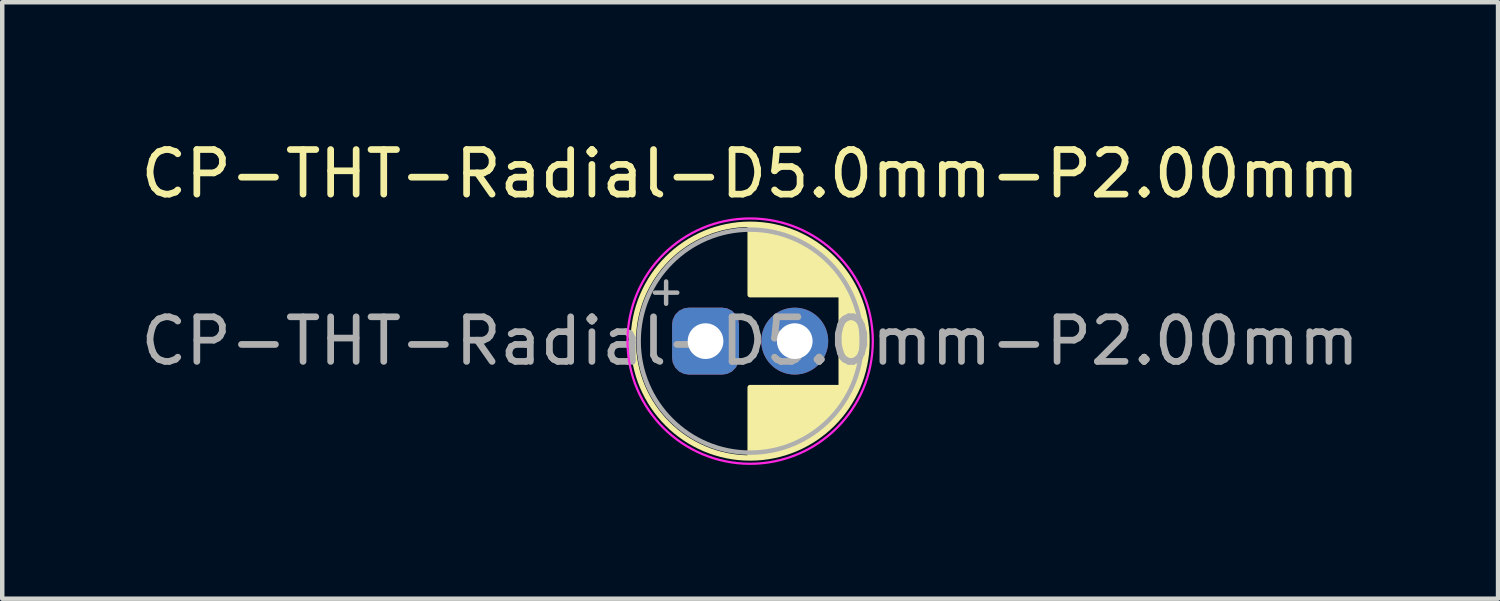
<source format=kicad_pcb>
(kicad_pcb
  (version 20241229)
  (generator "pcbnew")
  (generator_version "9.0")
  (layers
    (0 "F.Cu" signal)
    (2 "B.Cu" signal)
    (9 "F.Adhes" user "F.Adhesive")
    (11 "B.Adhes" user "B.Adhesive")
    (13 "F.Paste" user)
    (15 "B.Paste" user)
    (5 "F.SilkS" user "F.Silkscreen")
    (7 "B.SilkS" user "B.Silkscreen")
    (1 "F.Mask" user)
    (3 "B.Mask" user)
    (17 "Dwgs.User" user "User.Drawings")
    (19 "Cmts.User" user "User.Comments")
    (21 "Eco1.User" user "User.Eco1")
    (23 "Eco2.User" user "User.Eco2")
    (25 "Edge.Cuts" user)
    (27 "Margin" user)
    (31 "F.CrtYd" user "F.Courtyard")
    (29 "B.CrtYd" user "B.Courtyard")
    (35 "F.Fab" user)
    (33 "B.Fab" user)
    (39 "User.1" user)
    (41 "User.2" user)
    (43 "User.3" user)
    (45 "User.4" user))
  (footprint "CP-THT-Radial-D5.0mm-P2.00mm"
    (layer "F.Cu")
    (at 13.768 4.598)
    (property "Reference" "CP-THT-Radial-D5.0mm-P2.00mm" (at 0 -3.75 0) (layer "F.SilkS") (effects (font (size 1 1) (thickness 0.15))))
    (attr through_hole)
    (fp_line (start 0 -2.58) (end 0 -1.04) (stroke (width 0.12) (type solid)) (layer "F.SilkS"))
    (fp_line (start 0 1.04) (end 0 2.58) (stroke (width 0.12) (type solid)) (layer "F.SilkS"))
    (fp_line (start 0.04 -2.58) (end 0.04 -1.04) (stroke (width 0.12) (type solid)) (layer "F.SilkS"))
    (fp_line (start 0.04 1.04) (end 0.04 2.58) (stroke (width 0.12) (type solid)) (layer "F.SilkS"))
    (fp_line (start 0.08 -2.579) (end 0.08 -1.04) (stroke (width 0.12) (type solid)) (layer "F.SilkS"))
    (fp_line (start 0.08 1.04) (end 0.08 2.579) (stroke (width 0.12) (type solid)) (layer "F.SilkS"))
    (fp_line (start 0.12 -2.578) (end 0.12 -1.04) (stroke (width 0.12) (type solid)) (layer "F.SilkS"))
    (fp_line (start 0.12 1.04) (end 0.12 2.578) (stroke (width 0.12) (type solid)) (layer "F.SilkS"))
    (fp_line (start 0.16 -2.576) (end 0.16 -1.04) (stroke (width 0.12) (type solid)) (layer "F.SilkS"))
    (fp_line (start 0.16 1.04) (end 0.16 2.576) (stroke (width 0.12) (type solid)) (layer "F.SilkS"))
    (fp_line (start 0.2 -2.573) (end 0.2 -1.04) (stroke (width 0.12) (type solid)) (layer "F.SilkS"))
    (fp_line (start 0.2 1.04) (end 0.2 2.573) (stroke (width 0.12) (type solid)) (layer "F.SilkS"))
    (fp_line (start 0.24 -2.569) (end 0.24 -1.04) (stroke (width 0.12) (type solid)) (layer "F.SilkS"))
    (fp_line (start 0.24 1.04) (end 0.24 2.569) (stroke (width 0.12) (type solid)) (layer "F.SilkS"))
    (fp_line (start 0.28 -2.565) (end 0.28 -1.04) (stroke (width 0.12) (type solid)) (layer "F.SilkS"))
    (fp_line (start 0.28 1.04) (end 0.28 2.565) (stroke (width 0.12) (type solid)) (layer "F.SilkS"))
    (fp_line (start 0.32 -2.561) (end 0.32 -1.04) (stroke (width 0.12) (type solid)) (layer "F.SilkS"))
    (fp_line (start 0.32 1.04) (end 0.32 2.561) (stroke (width 0.12) (type solid)) (layer "F.SilkS"))
    (fp_line (start 0.36 -2.556) (end 0.36 -1.04) (stroke (width 0.12) (type solid)) (layer "F.SilkS"))
    (fp_line (start 0.36 1.04) (end 0.36 2.556) (stroke (width 0.12) (type solid)) (layer "F.SilkS"))
    (fp_line (start 0.4 -2.55) (end 0.4 -1.04) (stroke (width 0.12) (type solid)) (layer "F.SilkS"))
    (fp_line (start 0.4 1.04) (end 0.4 2.55) (stroke (width 0.12) (type solid)) (layer "F.SilkS"))
    (fp_line (start 0.44 -2.543) (end 0.44 -1.04) (stroke (width 0.12) (type solid)) (layer "F.SilkS"))
    (fp_line (start 0.44 1.04) (end 0.44 2.543) (stroke (width 0.12) (type solid)) (layer "F.SilkS"))
    (fp_line (start 0.48 -2.536) (end 0.48 -1.04) (stroke (width 0.12) (type solid)) (layer "F.SilkS"))
    (fp_line (start 0.48 1.04) (end 0.48 2.536) (stroke (width 0.12) (type solid)) (layer "F.SilkS"))
    (fp_line (start 0.52 -2.528) (end 0.52 -1.04) (stroke (width 0.12) (type solid)) (layer "F.SilkS"))
    (fp_line (start 0.52 1.04) (end 0.52 2.528) (stroke (width 0.12) (type solid)) (layer "F.SilkS"))
    (fp_line (start 0.56 -2.52) (end 0.56 -1.04) (stroke (width 0.12) (type solid)) (layer "F.SilkS"))
    (fp_line (start 0.56 1.04) (end 0.56 2.52) (stroke (width 0.12) (type solid)) (layer "F.SilkS"))
    (fp_line (start 0.6 -2.511) (end 0.6 -1.04) (stroke (width 0.12) (type solid)) (layer "F.SilkS"))
    (fp_line (start 0.6 1.04) (end 0.6 2.511) (stroke (width 0.12) (type solid)) (layer "F.SilkS"))
    (fp_line (start 0.64 -2.501) (end 0.64 -1.04) (stroke (width 0.12) (type solid)) (layer "F.SilkS"))
    (fp_line (start 0.64 1.04) (end 0.64 2.501) (stroke (width 0.12) (type solid)) (layer "F.SilkS"))
    (fp_line (start 0.68 -2.491) (end 0.68 -1.04) (stroke (width 0.12) (type solid)) (layer "F.SilkS"))
    (fp_line (start 0.68 1.04) (end 0.68 2.491) (stroke (width 0.12) (type solid)) (layer "F.SilkS"))
    (fp_line (start 0.721 -2.48) (end 0.721 -1.04) (stroke (width 0.12) (type solid)) (layer "F.SilkS"))
    (fp_line (start 0.721 1.04) (end 0.721 2.48) (stroke (width 0.12) (type solid)) (layer "F.SilkS"))
    (fp_line (start 0.761 -2.468) (end 0.761 -1.04) (stroke (width 0.12) (type solid)) (layer "F.SilkS"))
    (fp_line (start 0.761 1.04) (end 0.761 2.468) (stroke (width 0.12) (type solid)) (layer "F.SilkS"))
    (fp_line (start 0.801 -2.455) (end 0.801 -1.04) (stroke (width 0.12) (type solid)) (layer "F.SilkS"))
    (fp_line (start 0.801 1.04) (end 0.801 2.455) (stroke (width 0.12) (type solid)) (layer "F.SilkS"))
    (fp_line (start 0.841 -2.442) (end 0.841 -1.04) (stroke (width 0.12) (type solid)) (layer "F.SilkS"))
    (fp_line (start 0.841 1.04) (end 0.841 2.442) (stroke (width 0.12) (type solid)) (layer "F.SilkS"))
    (fp_line (start 0.881 -2.428) (end 0.881 -1.04) (stroke (width 0.12) (type solid)) (layer "F.SilkS"))
    (fp_line (start 0.881 1.04) (end 0.881 2.428) (stroke (width 0.12) (type solid)) (layer "F.SilkS"))
    (fp_line (start 0.921 -2.414) (end 0.921 -1.04) (stroke (width 0.12) (type solid)) (layer "F.SilkS"))
    (fp_line (start 0.921 1.04) (end 0.921 2.414) (stroke (width 0.12) (type solid)) (layer "F.SilkS"))
    (fp_line (start 0.961 -2.398) (end 0.961 -1.04) (stroke (width 0.12) (type solid)) (layer "F.SilkS"))
    (fp_line (start 0.961 1.04) (end 0.961 2.398) (stroke (width 0.12) (type solid)) (layer "F.SilkS"))
    (fp_line (start 1.001 -2.382) (end 1.001 -1.04) (stroke (width 0.12) (type solid)) (layer "F.SilkS"))
    (fp_line (start 1.001 1.04) (end 1.001 2.382) (stroke (width 0.12) (type solid)) (layer "F.SilkS"))
    (fp_line (start 1.041 -2.365) (end 1.041 -1.04) (stroke (width 0.12) (type solid)) (layer "F.SilkS"))
    (fp_line (start 1.041 1.04) (end 1.041 2.365) (stroke (width 0.12) (type solid)) (layer "F.SilkS"))
    (fp_line (start 1.081 -2.348) (end 1.081 -1.04) (stroke (width 0.12) (type solid)) (layer "F.SilkS"))
    (fp_line (start 1.081 1.04) (end 1.081 2.348) (stroke (width 0.12) (type solid)) (layer "F.SilkS"))
    (fp_line (start 1.121 -2.329) (end 1.121 -1.04) (stroke (width 0.12) (type solid)) (layer "F.SilkS"))
    (fp_line (start 1.121 1.04) (end 1.121 2.329) (stroke (width 0.12) (type solid)) (layer "F.SilkS"))
    (fp_line (start 1.161 -2.31) (end 1.161 -1.04) (stroke (width 0.12) (type solid)) (layer "F.SilkS"))
    (fp_line (start 1.161 1.04) (end 1.161 2.31) (stroke (width 0.12) (type solid)) (layer "F.SilkS"))
    (fp_line (start 1.201 -2.29) (end 1.201 -1.04) (stroke (width 0.12) (type solid)) (layer "F.SilkS"))
    (fp_line (start 1.201 1.04) (end 1.201 2.29) (stroke (width 0.12) (type solid)) (layer "F.SilkS"))
    (fp_line (start 1.241 -2.268) (end 1.241 -1.04) (stroke (width 0.12) (type solid)) (layer "F.SilkS"))
    (fp_line (start 1.241 1.04) (end 1.241 2.268) (stroke (width 0.12) (type solid)) (layer "F.SilkS"))
    (fp_line (start 1.281 -2.247) (end 1.281 -1.04) (stroke (width 0.12) (type solid)) (layer "F.SilkS"))
    (fp_line (start 1.281 1.04) (end 1.281 2.247) (stroke (width 0.12) (type solid)) (layer "F.SilkS"))
    (fp_line (start 1.321 -2.224) (end 1.321 -1.04) (stroke (width 0.12) (type solid)) (layer "F.SilkS"))
    (fp_line (start 1.321 1.04) (end 1.321 2.224) (stroke (width 0.12) (type solid)) (layer "F.SilkS"))
    (fp_line (start 1.361 -2.2) (end 1.361 -1.04) (stroke (width 0.12) (type solid)) (layer "F.SilkS"))
    (fp_line (start 1.361 1.04) (end 1.361 2.2) (stroke (width 0.12) (type solid)) (layer "F.SilkS"))
    (fp_line (start 1.401 -2.175) (end 1.401 -1.04) (stroke (width 0.12) (type solid)) (layer "F.SilkS"))
    (fp_line (start 1.401 1.04) (end 1.401 2.175) (stroke (width 0.12) (type solid)) (layer "F.SilkS"))
    (fp_line (start 1.441 -2.149) (end 1.441 -1.04) (stroke (width 0.12) (type solid)) (layer "F.SilkS"))
    (fp_line (start 1.441 1.04) (end 1.441 2.149) (stroke (width 0.12) (type solid)) (layer "F.SilkS"))
    (fp_line (start 1.481 -2.122) (end 1.481 -1.04) (stroke (width 0.12) (type solid)) (layer "F.SilkS"))
    (fp_line (start 1.481 1.04) (end 1.481 2.122) (stroke (width 0.12) (type solid)) (layer "F.SilkS"))
    (fp_line (start 1.521 -2.095) (end 1.521 -1.04) (stroke (width 0.12) (type solid)) (layer "F.SilkS"))
    (fp_line (start 1.521 1.04) (end 1.521 2.095) (stroke (width 0.12) (type solid)) (layer "F.SilkS"))
    (fp_line (start 1.561 -2.065) (end 1.561 -1.04) (stroke (width 0.12) (type solid)) (layer "F.SilkS"))
    (fp_line (start 1.561 1.04) (end 1.561 2.065) (stroke (width 0.12) (type solid)) (layer "F.SilkS"))
    (fp_line (start 1.601 -2.035) (end 1.601 -1.04) (stroke (width 0.12) (type solid)) (layer "F.SilkS"))
    (fp_line (start 1.601 1.04) (end 1.601 2.035) (stroke (width 0.12) (type solid)) (layer "F.SilkS"))
    (fp_line (start 1.641 -2.004) (end 1.641 -1.04) (stroke (width 0.12) (type solid)) (layer "F.SilkS"))
    (fp_line (start 1.641 1.04) (end 1.641 2.004) (stroke (width 0.12) (type solid)) (layer "F.SilkS"))
    (fp_line (start 1.681 -1.971) (end 1.681 -1.04) (stroke (width 0.12) (type solid)) (layer "F.SilkS"))
    (fp_line (start 1.681 1.04) (end 1.681 1.971) (stroke (width 0.12) (type solid)) (layer "F.SilkS"))
    (fp_line (start 1.721 -1.937) (end 1.721 -1.04) (stroke (width 0.12) (type solid)) (layer "F.SilkS"))
    (fp_line (start 1.721 1.04) (end 1.721 1.937) (stroke (width 0.12) (type solid)) (layer "F.SilkS"))
    (fp_line (start 1.761 -1.901) (end 1.761 -1.04) (stroke (width 0.12) (type solid)) (layer "F.SilkS"))
    (fp_line (start 1.761 1.04) (end 1.761 1.901) (stroke (width 0.12) (type solid)) (layer "F.SilkS"))
    (fp_line (start 1.801 -1.864) (end 1.801 -1.04) (stroke (width 0.12) (type solid)) (layer "F.SilkS"))
    (fp_line (start 1.801 1.04) (end 1.801 1.864) (stroke (width 0.12) (type solid)) (layer "F.SilkS"))
    (fp_line (start 1.841 -1.826) (end 1.841 -1.04) (stroke (width 0.12) (type solid)) (layer "F.SilkS"))
    (fp_line (start 1.841 1.04) (end 1.841 1.826) (stroke (width 0.12) (type solid)) (layer "F.SilkS"))
    (fp_line (start 1.881 -1.785) (end 1.881 -1.04) (stroke (width 0.12) (type solid)) (layer "F.SilkS"))
    (fp_line (start 1.881 1.04) (end 1.881 1.785) (stroke (width 0.12) (type solid)) (layer "F.SilkS"))
    (fp_line (start 1.921 -1.743) (end 1.921 -1.04) (stroke (width 0.12) (type solid)) (layer "F.SilkS"))
    (fp_line (start 1.921 1.04) (end 1.921 1.743) (stroke (width 0.12) (type solid)) (layer "F.SilkS"))
    (fp_line (start 1.961 -1.699) (end 1.961 -1.04) (stroke (width 0.12) (type solid)) (layer "F.SilkS"))
    (fp_line (start 1.961 1.04) (end 1.961 1.699) (stroke (width 0.12) (type solid)) (layer "F.SilkS"))
    (fp_line (start 2.001 -1.653) (end 2.001 -1.04) (stroke (width 0.12) (type solid)) (layer "F.SilkS"))
    (fp_line (start 2.001 1.04) (end 2.001 1.653) (stroke (width 0.12) (type solid)) (layer "F.SilkS"))
    (fp_line (start 2.041 -1.605) (end 2.041 1.605) (stroke (width 0.12) (type solid)) (layer "F.SilkS"))
    (fp_line (start 2.081 -1.554) (end 2.081 1.554) (stroke (width 0.12) (type solid)) (layer "F.SilkS"))
    (fp_line (start 2.121 -1.5) (end 2.121 1.5) (stroke (width 0.12) (type solid)) (layer "F.SilkS"))
    (fp_line (start 2.161 -1.443) (end 2.161 1.443) (stroke (width 0.12) (type solid)) (layer "F.SilkS"))
    (fp_line (start 2.201 -1.383) (end 2.201 1.383) (stroke (width 0.12) (type solid)) (layer "F.SilkS"))
    (fp_line (start 2.241 -1.319) (end 2.241 1.319) (stroke (width 0.12) (type solid)) (layer "F.SilkS"))
    (fp_line (start 2.281 -1.251) (end 2.281 1.251) (stroke (width 0.12) (type solid)) (layer "F.SilkS"))
    (fp_line (start 2.321 -1.178) (end 2.321 1.178) (stroke (width 0.12) (type solid)) (layer "F.SilkS"))
    (fp_line (start 2.361 -1.098) (end 2.361 1.098) (stroke (width 0.12) (type solid)) (layer "F.SilkS"))
    (fp_line (start 2.401 -1.011) (end 2.401 1.011) (stroke (width 0.12) (type solid)) (layer "F.SilkS"))
    (fp_line (start 2.441 -0.915) (end 2.441 0.915) (stroke (width 0.12) (type solid)) (layer "F.SilkS"))
    (fp_line (start 2.481 -0.805) (end 2.481 0.805) (stroke (width 0.12) (type solid)) (layer "F.SilkS"))
    (fp_line (start 2.521 -0.677) (end 2.521 0.677) (stroke (width 0.12) (type solid)) (layer "F.SilkS"))
    (fp_line (start 2.561 -0.518) (end 2.561 0.518) (stroke (width 0.12) (type solid)) (layer "F.SilkS"))
    (fp_line (start 2.601 -0.284) (end 2.601 0.284) (stroke (width 0.12) (type solid)) (layer "F.SilkS"))
    (fp_circle (center 0 0) (end 2.62 0) (stroke (width 0.12) (type solid)) (fill no) (layer "F.SilkS"))
    (fp_circle (center 0 0) (end 2.75 0) (stroke (width 0.05) (type solid)) (fill no) (layer "F.CrtYd"))
    (fp_line (start -2.134 -1.087) (end -1.634 -1.087) (stroke (width 0.1) (type solid)) (layer "F.Fab"))
    (fp_line (start -1.884 -1.337) (end -1.884 -0.838) (stroke (width 0.1) (type solid)) (layer "F.Fab"))
    (fp_circle (center 0 0) (end 2.5 0) (stroke (width 0.1) (type solid)) (fill no) (layer "F.Fab"))
    (fp_text user "${REFERENCE}" (at 0 0 0) (layer "F.Fab") (effects (font (size 1 1) (thickness 0.15))))
    (pad "1" thru_hole roundrect (at -1 0) (size 1.5 1.5) (drill 0.8) (layers "*.Cu" "*.Mask") (roundrect_rratio 0.25))
    (pad "2" thru_hole circle (at 1 0) (size 1.5 1.5) (drill 0.8) (layers "*.Cu" "*.Mask")))
  (gr_rect
    (start -3 -3)
    (end 30.536 10.373)
    (stroke (width 0.1) (type default))
    (fill no)
    (layer "Edge.Cuts")))
</source>
